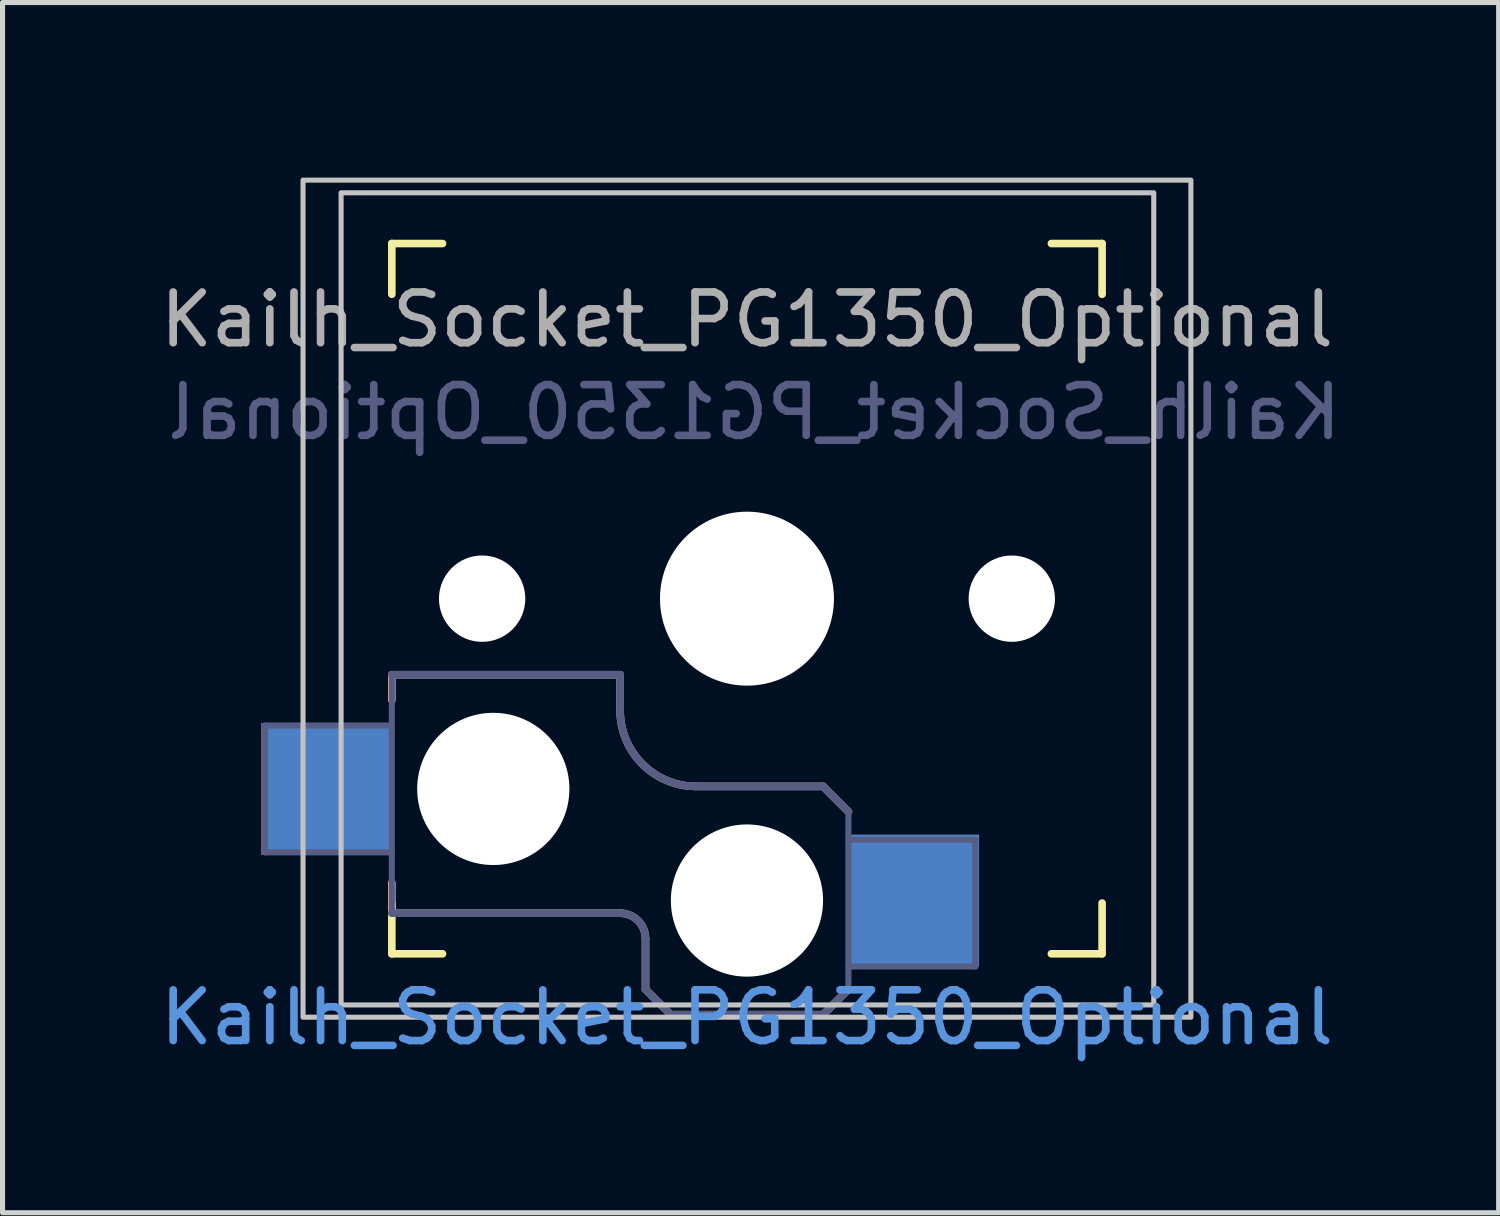
<source format=kicad_pcb>
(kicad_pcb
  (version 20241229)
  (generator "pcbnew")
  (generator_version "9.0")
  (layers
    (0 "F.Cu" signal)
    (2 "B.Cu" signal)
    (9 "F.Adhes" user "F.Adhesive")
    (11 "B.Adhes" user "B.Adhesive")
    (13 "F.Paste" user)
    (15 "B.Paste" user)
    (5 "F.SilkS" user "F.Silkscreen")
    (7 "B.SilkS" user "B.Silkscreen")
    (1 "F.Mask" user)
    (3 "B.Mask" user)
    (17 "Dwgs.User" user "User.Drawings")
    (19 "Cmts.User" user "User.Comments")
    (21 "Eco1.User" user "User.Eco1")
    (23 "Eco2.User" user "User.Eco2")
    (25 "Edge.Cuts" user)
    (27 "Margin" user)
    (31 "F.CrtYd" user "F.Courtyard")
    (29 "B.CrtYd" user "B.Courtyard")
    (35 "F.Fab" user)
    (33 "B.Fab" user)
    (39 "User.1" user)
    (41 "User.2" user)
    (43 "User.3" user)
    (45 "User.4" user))
  (footprint "Kailh_Socket_PG1350_Optional"
    (layer "F.Cu")
    (at 2.673 0.25)
    (property "Reference" "Kailh_Socket_PG1350_Optional" (at 9 16.755 180) (layer "Cmts.User") (effects (font (size 1 1) (thickness 0.15))))
    (attr through_hole)
    (fp_line (start 2 2.5) (end 2 1.5) (stroke (width 0.15) (type solid)) (layer "F.SilkS"))
    (fp_line (start 2 15.5) (end 2 14.5) (stroke (width 0.15) (type solid)) (layer "F.SilkS"))
    (fp_line (start 2 15.5) (end 3 15.5) (stroke (width 0.15) (type solid)) (layer "F.SilkS"))
    (fp_line (start 3 1.5) (end 2 1.5) (stroke (width 0.15) (type solid)) (layer "F.SilkS"))
    (fp_line (start 15 15.5) (end 16 15.5) (stroke (width 0.15) (type solid)) (layer "F.SilkS"))
    (fp_line (start 16 1.5) (end 15 1.5) (stroke (width 0.15) (type solid)) (layer "F.SilkS"))
    (fp_line (start 16 1.5) (end 16 2.5) (stroke (width 0.15) (type solid)) (layer "F.SilkS"))
    (fp_line (start 16 14.5) (end 16 15.5) (stroke (width 0.15) (type solid)) (layer "F.SilkS"))
    (fp_line (start 2 10) (end 2 10.5) (stroke (width 0.15) (type solid)) (layer "B.SilkS"))
    (fp_line (start 2 14.1) (end 2 14.7) (stroke (width 0.15) (type solid)) (layer "B.SilkS"))
    (fp_line (start 2 14.7) (end 6.5 14.7) (stroke (width 0.15) (type solid)) (layer "B.SilkS"))
    (fp_line (start 6.5 10) (end 2 10) (stroke (width 0.15) (type solid)) (layer "B.SilkS"))
    (fp_line (start 6.5 10.7) (end 6.5 10) (stroke (width 0.15) (type solid)) (layer "B.SilkS"))
    (fp_line (start 7 15.2) (end 7 16.2) (stroke (width 0.15) (type solid)) (layer "B.SilkS"))
    (fp_line (start 7.5 16.7) (end 7 16.2) (stroke (width 0.15) (type solid)) (layer "B.SilkS"))
    (fp_line (start 10.5 12.2) (end 8 12.2) (stroke (width 0.15) (type solid)) (layer "B.SilkS"))
    (fp_line (start 10.5 16.7) (end 7.5 16.7) (stroke (width 0.15) (type solid)) (layer "B.SilkS"))
    (fp_line (start 11 12.7) (end 10.5 12.2) (stroke (width 0.15) (type solid)) (layer "B.SilkS"))
    (fp_line (start 11 16.2) (end 10.5 16.7) (stroke (width 0.15) (type solid)) (layer "B.SilkS"))
    (fp_arc (start 6.5 14.7) (mid 6.853553 14.846447) (end 7 15.2) (stroke (width 0.15) (type solid)) (layer "B.SilkS"))
    (fp_arc (start 8 12.2) (mid 6.93934 11.76066) (end 6.5 10.7) (stroke (width 0.15) (type solid)) (layer "B.SilkS"))
    (fp_rect (start 0.25 0.25) (end 17.75 16.75) (stroke (width 0.1) (type default)) (fill no) (layer "Dwgs.User"))
    (fp_rect (start 1 0.5) (end 17.018 16.508) (stroke (width 0.1) (type default)) (fill no) (layer "Dwgs.User"))
    (fp_line (start 2.1 15.4) (end 2.1 1.6) (stroke (width 0.15) (type solid)) (layer "Eco2.User"))
    (fp_line (start 2.1 15.4) (end 15.9 15.4) (stroke (width 0.15) (type solid)) (layer "Eco2.User"))
    (fp_line (start 6.4 11.6) (end 6.4 14.8) (stroke (width 0.15) (type solid)) (layer "Eco2.User"))
    (fp_line (start 6.4 14.8) (end 11.6 14.8) (stroke (width 0.15) (type solid)) (layer "Eco2.User"))
    (fp_line (start 11.6 11.6) (end 6.4 11.6) (stroke (width 0.15) (type solid)) (layer "Eco2.User"))
    (fp_line (start 11.6 11.6) (end 11.6 14.8) (stroke (width 0.15) (type solid)) (layer "Eco2.User"))
    (fp_line (start 15.9 1.6) (end 2.1 1.6) (stroke (width 0.15) (type solid)) (layer "Eco2.User"))
    (fp_line (start 15.9 1.6) (end 15.9 15.4) (stroke (width 0.15) (type solid)) (layer "Eco2.User"))
    (fp_line (start -0.5 11) (end 2 11) (stroke (width 0.12) (type solid)) (layer "B.Fab"))
    (fp_line (start -0.5 13.5) (end -0.5 11) (stroke (width 0.12) (type solid)) (layer "B.Fab"))
    (fp_line (start 2 10) (end 2 14.7) (stroke (width 0.12) (type solid)) (layer "B.Fab"))
    (fp_line (start 2 13.5) (end -0.5 13.5) (stroke (width 0.12) (type solid)) (layer "B.Fab"))
    (fp_line (start 2 14.7) (end 6.5 14.7) (stroke (width 0.15) (type solid)) (layer "B.Fab"))
    (fp_line (start 6.5 10) (end 2 10) (stroke (width 0.15) (type solid)) (layer "B.Fab"))
    (fp_line (start 6.5 10.7) (end 6.5 10) (stroke (width 0.15) (type solid)) (layer "B.Fab"))
    (fp_line (start 7 15.2) (end 7 16.2) (stroke (width 0.15) (type solid)) (layer "B.Fab"))
    (fp_line (start 7.5 16.7) (end 7 16.2) (stroke (width 0.15) (type solid)) (layer "B.Fab"))
    (fp_line (start 10.5 12.2) (end 8 12.2) (stroke (width 0.15) (type solid)) (layer "B.Fab"))
    (fp_line (start 10.5 16.7) (end 7.5 16.7) (stroke (width 0.15) (type solid)) (layer "B.Fab"))
    (fp_line (start 11 12.7) (end 10.5 12.2) (stroke (width 0.15) (type solid)) (layer "B.Fab"))
    (fp_line (start 11 12.75) (end 11 16.2) (stroke (width 0.12) (type solid)) (layer "B.Fab"))
    (fp_line (start 11 13.25) (end 13.5 13.25) (stroke (width 0.12) (type solid)) (layer "B.Fab"))
    (fp_line (start 11 16.2) (end 10.5 16.7) (stroke (width 0.15) (type solid)) (layer "B.Fab"))
    (fp_line (start 13.5 13.25) (end 13.5 15.75) (stroke (width 0.12) (type solid)) (layer "B.Fab"))
    (fp_line (start 13.5 15.75) (end 11 15.75) (stroke (width 0.12) (type solid)) (layer "B.Fab"))
    (fp_arc (start 6.5 14.7) (mid 6.853553 14.846447) (end 7 15.2) (stroke (width 0.15) (type solid)) (layer "B.Fab"))
    (fp_arc (start 8 12.2) (mid 6.93934 11.76066) (end 6.5 10.7) (stroke (width 0.15) (type solid)) (layer "B.Fab"))
    (fp_text user "${REFERENCE}" (at 9.144 4.826 0) (layer "B.Fab") (effects (font (size 1 1) (thickness 0.15)) (justify mirror)))
    (fp_text user "${REFERENCE}" (at 9 3 180) (layer "F.Fab") (effects (font (size 1 1) (thickness 0.15))))
    (pad "" np_thru_hole circle (at 3.78 8.5 180) (size 1.702 1.702) (drill 1.702) (layers "*.Cu" "*.Mask"))
    (pad "" np_thru_hole circle (at 4 12.25 180) (size 3 3) (drill 3) (layers "*.Cu" "*.Mask"))
    (pad "" np_thru_hole circle (at 9 8.5 180) (size 3.429 3.429) (drill 3.429) (layers "*.Cu" "*.Mask"))
    (pad "" np_thru_hole circle (at 9 14.45 180) (size 3 3) (drill 3) (layers "*.Cu" "*.Mask"))
    (pad "" np_thru_hole circle (at 14.22 8.5 180) (size 1.702 1.702) (drill 1.702) (layers "*.Cu" "*.Mask"))
    (pad "1" smd rect (at 12.275 14.45 180) (size 2.6 2.6) (layers "B.Cu" "B.Mask" "B.Paste"))
    (pad "2" smd rect (at 0.725 12.25 180) (size 2.6 2.6) (layers "B.Cu" "B.Mask" "B.Paste")))
  (gr_rect
    (start -3 -3)
    (end 26.489 20.853)
    (stroke (width 0.1) (type default))
    (fill no)
    (layer "Edge.Cuts")))
</source>
